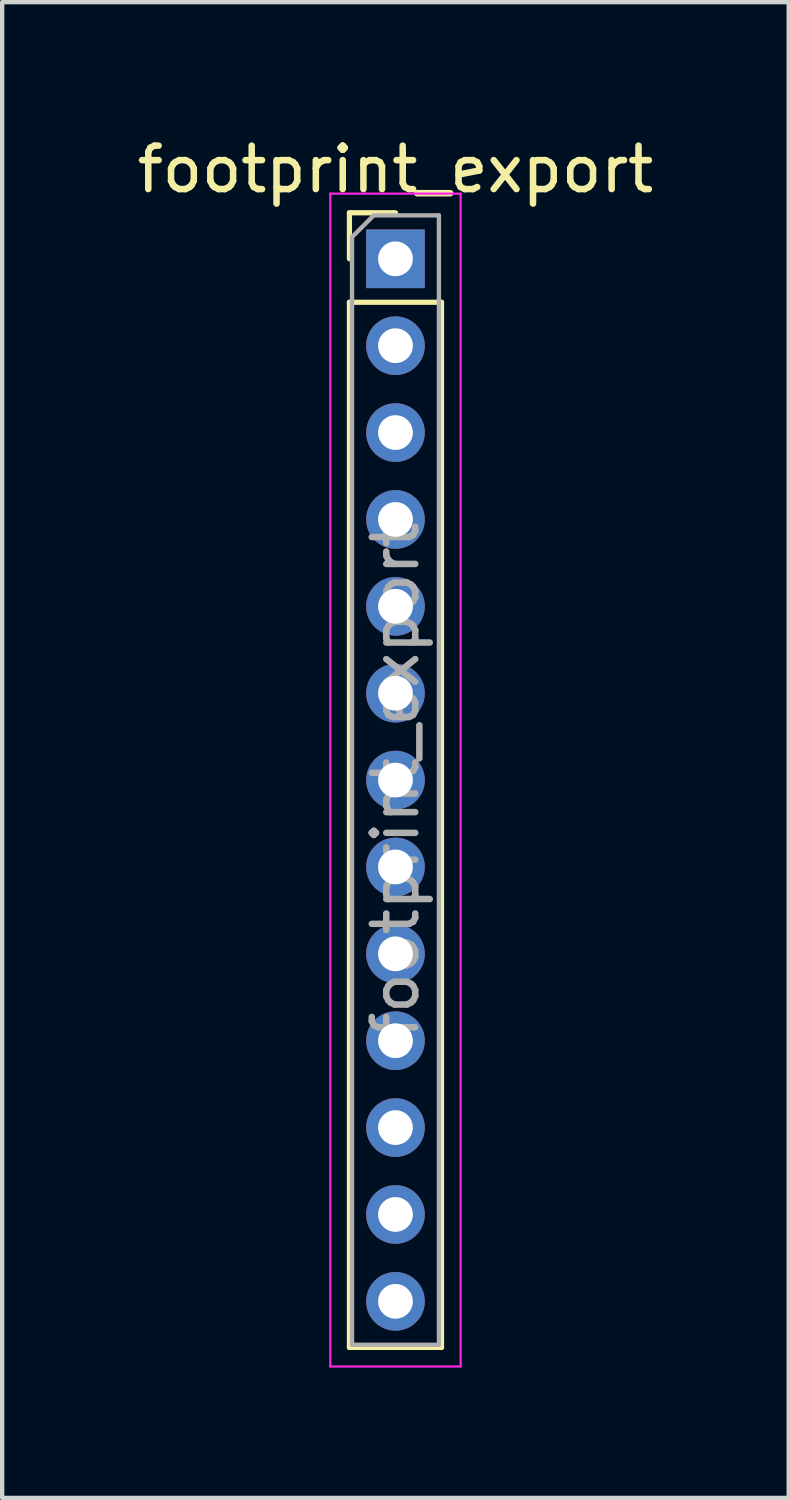
<source format=kicad_pcb>
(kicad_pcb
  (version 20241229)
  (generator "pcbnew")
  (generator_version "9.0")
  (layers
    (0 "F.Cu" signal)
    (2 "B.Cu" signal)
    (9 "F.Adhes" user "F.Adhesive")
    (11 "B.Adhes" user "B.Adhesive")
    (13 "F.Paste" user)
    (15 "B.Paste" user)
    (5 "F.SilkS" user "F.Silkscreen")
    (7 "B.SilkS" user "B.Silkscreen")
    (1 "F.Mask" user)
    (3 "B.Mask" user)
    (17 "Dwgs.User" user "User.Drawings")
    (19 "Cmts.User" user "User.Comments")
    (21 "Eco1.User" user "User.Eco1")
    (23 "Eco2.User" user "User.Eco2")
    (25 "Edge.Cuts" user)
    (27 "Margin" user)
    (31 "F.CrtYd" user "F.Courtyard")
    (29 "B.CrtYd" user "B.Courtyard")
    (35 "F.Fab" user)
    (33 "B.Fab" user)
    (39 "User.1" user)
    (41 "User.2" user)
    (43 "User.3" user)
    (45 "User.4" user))
  (footprint "footprint_export"
    (layer "F.Cu")
    (at 6.054 2.908)
    (property "Reference" "footprint_export" (at 0 -2.06 0) (layer "F.SilkS") (effects (font (size 1 1) (thickness 0.15))))
    (attr through_hole)
    (fp_line (start -1.06 -1.06) (end 0 -1.06) (stroke (width 0.12) (type solid)) (layer "F.SilkS"))
    (fp_line (start -1.06 0) (end -1.06 -1.06) (stroke (width 0.12) (type solid)) (layer "F.SilkS"))
    (fp_line (start -1.06 1) (end -1.06 25.06) (stroke (width 0.12) (type solid)) (layer "F.SilkS"))
    (fp_line (start -1.06 1) (end 1.06 1) (stroke (width 0.12) (type solid)) (layer "F.SilkS"))
    (fp_line (start -1.06 25.06) (end 1.06 25.06) (stroke (width 0.12) (type solid)) (layer "F.SilkS"))
    (fp_line (start 1.06 1) (end 1.06 25.06) (stroke (width 0.12) (type solid)) (layer "F.SilkS"))
    (fp_line (start -1.5 -1.5) (end -1.5 25.5) (stroke (width 0.05) (type solid)) (layer "F.CrtYd"))
    (fp_line (start -1.5 25.5) (end 1.5 25.5) (stroke (width 0.05) (type solid)) (layer "F.CrtYd"))
    (fp_line (start 1.5 -1.5) (end -1.5 -1.5) (stroke (width 0.05) (type solid)) (layer "F.CrtYd"))
    (fp_line (start 1.5 25.5) (end 1.5 -1.5) (stroke (width 0.05) (type solid)) (layer "F.CrtYd"))
    (fp_line (start -1 -0.5) (end -0.5 -1) (stroke (width 0.1) (type solid)) (layer "F.Fab"))
    (fp_line (start -1 25) (end -1 -0.5) (stroke (width 0.1) (type solid)) (layer "F.Fab"))
    (fp_line (start -0.5 -1) (end 1 -1) (stroke (width 0.1) (type solid)) (layer "F.Fab"))
    (fp_line (start 1 -1) (end 1 25) (stroke (width 0.1) (type solid)) (layer "F.Fab"))
    (fp_line (start 1 25) (end -1 25) (stroke (width 0.1) (type solid)) (layer "F.Fab"))
    (fp_text user "${REFERENCE}" (at 0 12 90) (layer "F.Fab") (effects (font (size 1 1) (thickness 0.15))))
    (pad "1" thru_hole rect (at 0 0) (size 1.35 1.35) (drill 0.8) (layers "*.Cu" "*.Mask"))
    (pad "2" thru_hole oval (at 0 2) (size 1.35 1.35) (drill 0.8) (layers "*.Cu" "*.Mask"))
    (pad "3" thru_hole oval (at 0 4) (size 1.35 1.35) (drill 0.8) (layers "*.Cu" "*.Mask"))
    (pad "4" thru_hole oval (at 0 6) (size 1.35 1.35) (drill 0.8) (layers "*.Cu" "*.Mask"))
    (pad "5" thru_hole oval (at 0 8) (size 1.35 1.35) (drill 0.8) (layers "*.Cu" "*.Mask"))
    (pad "6" thru_hole oval (at 0 10) (size 1.35 1.35) (drill 0.8) (layers "*.Cu" "*.Mask"))
    (pad "7" thru_hole oval (at 0 12) (size 1.35 1.35) (drill 0.8) (layers "*.Cu" "*.Mask"))
    (pad "8" thru_hole oval (at 0 14) (size 1.35 1.35) (drill 0.8) (layers "*.Cu" "*.Mask"))
    (pad "9" thru_hole oval (at 0 16) (size 1.35 1.35) (drill 0.8) (layers "*.Cu" "*.Mask"))
    (pad "10" thru_hole oval (at 0 18) (size 1.35 1.35) (drill 0.8) (layers "*.Cu" "*.Mask"))
    (pad "11" thru_hole oval (at 0 20) (size 1.35 1.35) (drill 0.8) (layers "*.Cu" "*.Mask"))
    (pad "12" thru_hole oval (at 0 22) (size 1.35 1.35) (drill 0.8) (layers "*.Cu" "*.Mask"))
    (pad "13" thru_hole oval (at 0 24) (size 1.35 1.35) (drill 0.8) (layers "*.Cu" "*.Mask")))
  (gr_rect
    (start -3 -3)
    (end 15.107 31.433)
    (stroke (width 0.1) (type default))
    (fill no)
    (layer "Edge.Cuts")))
</source>
